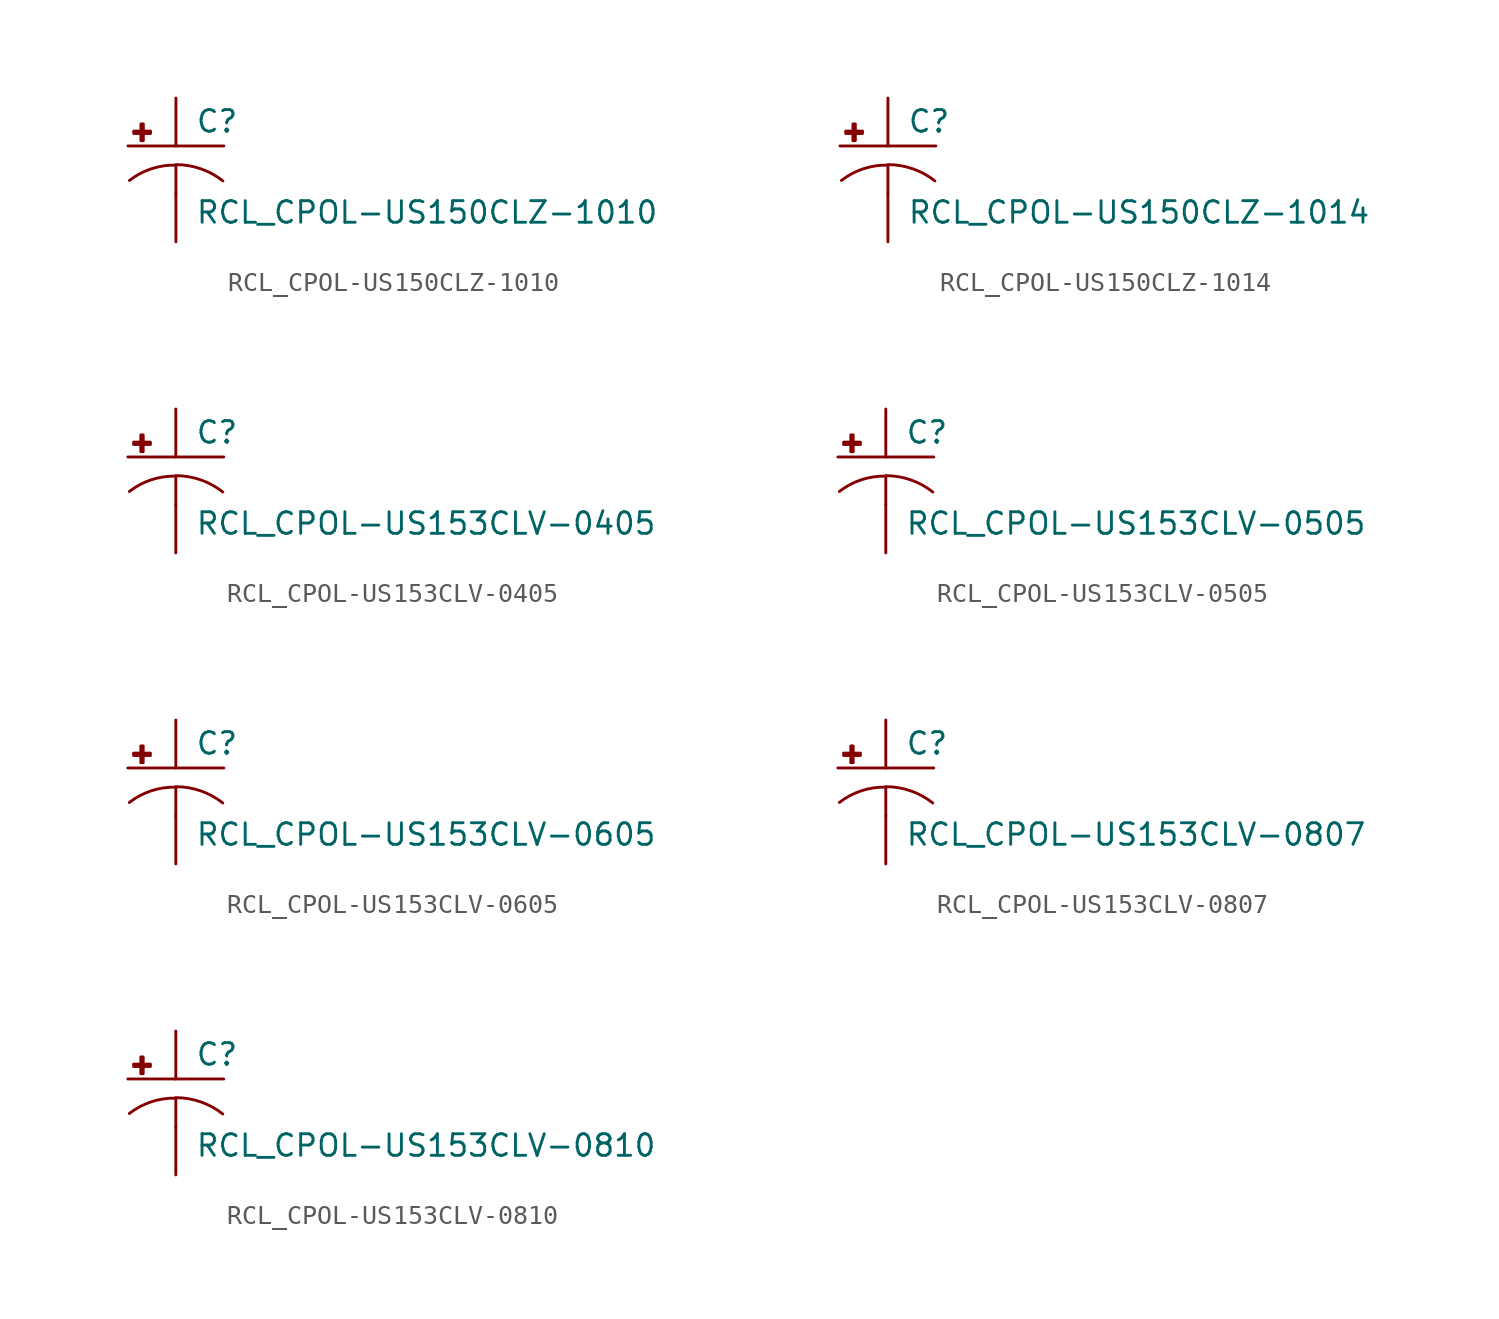
<source format=kicad_sym>
(kicad_symbol_lib
  (version 20210619)
  (generator kicad_symbol_editor)
  (symbol "RCL_CPOL-US150CLZ-1010"
    (pin_numbers hide)
    (pin_names
      (offset 1.016) hide)
    (property "Reference" "C"
      (at 1.016 0.635 0)
      (effects (font (size 1.143 1.143)) (justify left bottom)))
    (property "Value" "RCL_CPOL-US150CLZ-1010"
      (at 1.016 -4.191 0)
      (effects (font (size 1.143 1.143)) (justify left bottom)))
    (property "ki_locked" ""
      (at 0 0 0)
      (effects (font (size 1.27 1.27))))
    (symbol "RCL_CPOL-US150CLZ-1010_1_0"
      (polyline (pts (xy -2.54 0) (xy 2.54 0)) (stroke (width 0)) (fill (type none)))
      (polyline (pts (xy 0 -1.016) (xy 0 -2.54)) (stroke (width 0)) (fill (type none)))
      (polyline (pts (xy 0 -1.016) (xy 0 -1.016)) (stroke (width 0)) (fill (type none))))
    (symbol "RCL_CPOL-US150CLZ-1010_1_1"
      (arc (start 0 -1.016) (end -2.4638 -1.8288) (radius (at 0 -5.0546) (length 4.0386) (angles 90.1 127.3)) (stroke (width 0)) (fill (type none)))
      (arc (start 2.4892 -1.8542) (end 0 -0.9906) (radius (at 0 -5.0292) (length 4.0386) (angles 52.3 89.9)) (stroke (width 0)) (fill (type none)))
      (rectangle (start -2.235 0.66) (end -1.346 0.787) (stroke (width 0)) (fill (type outline)))
      (rectangle (start -1.854 0.279) (end -1.727 1.168) (stroke (width 0)) (fill (type outline)))
      (pin passive line (at 0 2.54 270) (length 2.54) (name "+" (effects (font (size 1.016 1.016)))) (number "+" (effects (font (size 1.016 1.016)))))
      (pin passive line (at 0 -5.08 90) (length 2.54) (name "-" (effects (font (size 1.016 1.016)))) (number "-" (effects (font (size 1.016 1.016)))))))
  (symbol "RCL_CPOL-US150CLZ-1014"
    (pin_numbers hide)
    (pin_names
      (offset 1.016) hide)
    (property "Reference" "C"
      (at 1.016 0.635 0)
      (effects (font (size 1.143 1.143)) (justify left bottom)))
    (property "Value" "RCL_CPOL-US150CLZ-1014"
      (at 1.016 -4.191 0)
      (effects (font (size 1.143 1.143)) (justify left bottom)))
    (property "ki_locked" ""
      (at 0 0 0)
      (effects (font (size 1.27 1.27))))
    (symbol "RCL_CPOL-US150CLZ-1014_1_0"
      (polyline (pts (xy -2.54 0) (xy 2.54 0)) (stroke (width 0)) (fill (type none)))
      (polyline (pts (xy 0 -1.016) (xy 0 -2.54)) (stroke (width 0)) (fill (type none)))
      (polyline (pts (xy 0 -1.016) (xy 0 -1.016)) (stroke (width 0)) (fill (type none))))
    (symbol "RCL_CPOL-US150CLZ-1014_1_1"
      (arc (start 0 -1.016) (end -2.4638 -1.8288) (radius (at 0 -5.0546) (length 4.0386) (angles 90.1 127.3)) (stroke (width 0)) (fill (type none)))
      (arc (start 2.4892 -1.8542) (end 0 -0.9906) (radius (at 0 -5.0292) (length 4.0386) (angles 52.3 89.9)) (stroke (width 0)) (fill (type none)))
      (rectangle (start -2.235 0.66) (end -1.346 0.787) (stroke (width 0)) (fill (type outline)))
      (rectangle (start -1.854 0.279) (end -1.727 1.168) (stroke (width 0)) (fill (type outline)))
      (pin passive line (at 0 2.54 270) (length 2.54) (name "+" (effects (font (size 1.016 1.016)))) (number "+" (effects (font (size 1.016 1.016)))))
      (pin passive line (at 0 -5.08 90) (length 2.54) (name "-" (effects (font (size 1.016 1.016)))) (number "-" (effects (font (size 1.016 1.016)))))))
  (symbol "RCL_CPOL-US153CLV-0405"
    (pin_numbers hide)
    (pin_names
      (offset 1.016) hide)
    (property "Reference" "C"
      (at 1.016 0.635 0)
      (effects (font (size 1.143 1.143)) (justify left bottom)))
    (property "Value" "RCL_CPOL-US153CLV-0405"
      (at 1.016 -4.191 0)
      (effects (font (size 1.143 1.143)) (justify left bottom)))
    (property "ki_locked" ""
      (at 0 0 0)
      (effects (font (size 1.27 1.27))))
    (symbol "RCL_CPOL-US153CLV-0405_1_0"
      (polyline (pts (xy -2.54 0) (xy 2.54 0)) (stroke (width 0)) (fill (type none)))
      (polyline (pts (xy 0 -1.016) (xy 0 -2.54)) (stroke (width 0)) (fill (type none)))
      (polyline (pts (xy 0 -1.016) (xy 0 -1.016)) (stroke (width 0)) (fill (type none))))
    (symbol "RCL_CPOL-US153CLV-0405_1_1"
      (arc (start 0 -1.016) (end -2.4638 -1.8288) (radius (at 0 -5.0546) (length 4.0386) (angles 90.1 127.3)) (stroke (width 0)) (fill (type none)))
      (arc (start 2.4892 -1.8542) (end 0 -0.9906) (radius (at 0 -5.0292) (length 4.0386) (angles 52.3 89.9)) (stroke (width 0)) (fill (type none)))
      (rectangle (start -2.235 0.66) (end -1.346 0.787) (stroke (width 0)) (fill (type outline)))
      (rectangle (start -1.854 0.279) (end -1.727 1.168) (stroke (width 0)) (fill (type outline)))
      (pin passive line (at 0 2.54 270) (length 2.54) (name "+" (effects (font (size 1.016 1.016)))) (number "+" (effects (font (size 1.016 1.016)))))
      (pin passive line (at 0 -5.08 90) (length 2.54) (name "-" (effects (font (size 1.016 1.016)))) (number "-" (effects (font (size 1.016 1.016)))))))
  (symbol "RCL_CPOL-US153CLV-0505"
    (pin_numbers hide)
    (pin_names
      (offset 1.016) hide)
    (property "Reference" "C"
      (at 1.016 0.635 0)
      (effects (font (size 1.143 1.143)) (justify left bottom)))
    (property "Value" "RCL_CPOL-US153CLV-0505"
      (at 1.016 -4.191 0)
      (effects (font (size 1.143 1.143)) (justify left bottom)))
    (property "ki_locked" ""
      (at 0 0 0)
      (effects (font (size 1.27 1.27))))
    (symbol "RCL_CPOL-US153CLV-0505_1_0"
      (polyline (pts (xy -2.54 0) (xy 2.54 0)) (stroke (width 0)) (fill (type none)))
      (polyline (pts (xy 0 -1.016) (xy 0 -2.54)) (stroke (width 0)) (fill (type none)))
      (polyline (pts (xy 0 -1.016) (xy 0 -1.016)) (stroke (width 0)) (fill (type none))))
    (symbol "RCL_CPOL-US153CLV-0505_1_1"
      (arc (start 0 -1.016) (end -2.4638 -1.8288) (radius (at 0 -5.0546) (length 4.0386) (angles 90.1 127.3)) (stroke (width 0)) (fill (type none)))
      (arc (start 2.4892 -1.8542) (end 0 -0.9906) (radius (at 0 -5.0292) (length 4.0386) (angles 52.3 89.9)) (stroke (width 0)) (fill (type none)))
      (rectangle (start -2.235 0.66) (end -1.346 0.787) (stroke (width 0)) (fill (type outline)))
      (rectangle (start -1.854 0.279) (end -1.727 1.168) (stroke (width 0)) (fill (type outline)))
      (pin passive line (at 0 2.54 270) (length 2.54) (name "+" (effects (font (size 1.016 1.016)))) (number "+" (effects (font (size 1.016 1.016)))))
      (pin passive line (at 0 -5.08 90) (length 2.54) (name "-" (effects (font (size 1.016 1.016)))) (number "-" (effects (font (size 1.016 1.016)))))))
  (symbol "RCL_CPOL-US153CLV-0605"
    (pin_numbers hide)
    (pin_names
      (offset 1.016) hide)
    (property "Reference" "C"
      (at 1.016 0.635 0)
      (effects (font (size 1.143 1.143)) (justify left bottom)))
    (property "Value" "RCL_CPOL-US153CLV-0605"
      (at 1.016 -4.191 0)
      (effects (font (size 1.143 1.143)) (justify left bottom)))
    (property "ki_locked" ""
      (at 0 0 0)
      (effects (font (size 1.27 1.27))))
    (symbol "RCL_CPOL-US153CLV-0605_1_0"
      (polyline (pts (xy -2.54 0) (xy 2.54 0)) (stroke (width 0)) (fill (type none)))
      (polyline (pts (xy 0 -1.016) (xy 0 -2.54)) (stroke (width 0)) (fill (type none)))
      (polyline (pts (xy 0 -1.016) (xy 0 -1.016)) (stroke (width 0)) (fill (type none))))
    (symbol "RCL_CPOL-US153CLV-0605_1_1"
      (arc (start 0 -1.016) (end -2.4638 -1.8288) (radius (at 0 -5.0546) (length 4.0386) (angles 90.1 127.3)) (stroke (width 0)) (fill (type none)))
      (arc (start 2.4892 -1.8542) (end 0 -0.9906) (radius (at 0 -5.0292) (length 4.0386) (angles 52.3 89.9)) (stroke (width 0)) (fill (type none)))
      (rectangle (start -2.235 0.66) (end -1.346 0.787) (stroke (width 0)) (fill (type outline)))
      (rectangle (start -1.854 0.279) (end -1.727 1.168) (stroke (width 0)) (fill (type outline)))
      (pin passive line (at 0 2.54 270) (length 2.54) (name "+" (effects (font (size 1.016 1.016)))) (number "+" (effects (font (size 1.016 1.016)))))
      (pin passive line (at 0 -5.08 90) (length 2.54) (name "-" (effects (font (size 1.016 1.016)))) (number "-" (effects (font (size 1.016 1.016)))))))
  (symbol "RCL_CPOL-US153CLV-0807"
    (pin_numbers hide)
    (pin_names
      (offset 1.016) hide)
    (property "Reference" "C"
      (at 1.016 0.635 0)
      (effects (font (size 1.143 1.143)) (justify left bottom)))
    (property "Value" "RCL_CPOL-US153CLV-0807"
      (at 1.016 -4.191 0)
      (effects (font (size 1.143 1.143)) (justify left bottom)))
    (property "ki_locked" ""
      (at 0 0 0)
      (effects (font (size 1.27 1.27))))
    (symbol "RCL_CPOL-US153CLV-0807_1_0"
      (polyline (pts (xy -2.54 0) (xy 2.54 0)) (stroke (width 0)) (fill (type none)))
      (polyline (pts (xy 0 -1.016) (xy 0 -2.54)) (stroke (width 0)) (fill (type none)))
      (polyline (pts (xy 0 -1.016) (xy 0 -1.016)) (stroke (width 0)) (fill (type none))))
    (symbol "RCL_CPOL-US153CLV-0807_1_1"
      (arc (start 0 -1.016) (end -2.4638 -1.8288) (radius (at 0 -5.0546) (length 4.0386) (angles 90.1 127.3)) (stroke (width 0)) (fill (type none)))
      (arc (start 2.4892 -1.8542) (end 0 -0.9906) (radius (at 0 -5.0292) (length 4.0386) (angles 52.3 89.9)) (stroke (width 0)) (fill (type none)))
      (rectangle (start -2.235 0.66) (end -1.346 0.787) (stroke (width 0)) (fill (type outline)))
      (rectangle (start -1.854 0.279) (end -1.727 1.168) (stroke (width 0)) (fill (type outline)))
      (pin passive line (at 0 2.54 270) (length 2.54) (name "+" (effects (font (size 1.016 1.016)))) (number "+" (effects (font (size 1.016 1.016)))))
      (pin passive line (at 0 -5.08 90) (length 2.54) (name "-" (effects (font (size 1.016 1.016)))) (number "-" (effects (font (size 1.016 1.016)))))))
  (symbol "RCL_CPOL-US153CLV-0810"
    (pin_numbers hide)
    (pin_names
      (offset 1.016) hide)
    (property "Reference" "C"
      (at 1.016 0.635 0)
      (effects (font (size 1.143 1.143)) (justify left bottom)))
    (property "Value" "RCL_CPOL-US153CLV-0810"
      (at 1.016 -4.191 0)
      (effects (font (size 1.143 1.143)) (justify left bottom)))
    (property "ki_locked" ""
      (at 0 0 0)
      (effects (font (size 1.27 1.27))))
    (symbol "RCL_CPOL-US153CLV-0810_1_0"
      (polyline (pts (xy -2.54 0) (xy 2.54 0)) (stroke (width 0)) (fill (type none)))
      (polyline (pts (xy 0 -1.016) (xy 0 -2.54)) (stroke (width 0)) (fill (type none)))
      (polyline (pts (xy 0 -1.016) (xy 0 -1.016)) (stroke (width 0)) (fill (type none))))
    (symbol "RCL_CPOL-US153CLV-0810_1_1"
      (arc (start 0 -1.016) (end -2.4638 -1.8288) (radius (at 0 -5.0546) (length 4.0386) (angles 90.1 127.3)) (stroke (width 0)) (fill (type none)))
      (arc (start 2.4892 -1.8542) (end 0 -0.9906) (radius (at 0 -5.0292) (length 4.0386) (angles 52.3 89.9)) (stroke (width 0)) (fill (type none)))
      (rectangle (start -2.235 0.66) (end -1.346 0.787) (stroke (width 0)) (fill (type outline)))
      (rectangle (start -1.854 0.279) (end -1.727 1.168) (stroke (width 0)) (fill (type outline)))
      (pin passive line (at 0 2.54 270) (length 2.54) (name "+" (effects (font (size 1.016 1.016)))) (number "+" (effects (font (size 1.016 1.016)))))
      (pin passive line (at 0 -5.08 90) (length 2.54) (name "-" (effects (font (size 1.016 1.016)))) (number "-" (effects (font (size 1.016 1.016))))))))
</source>
